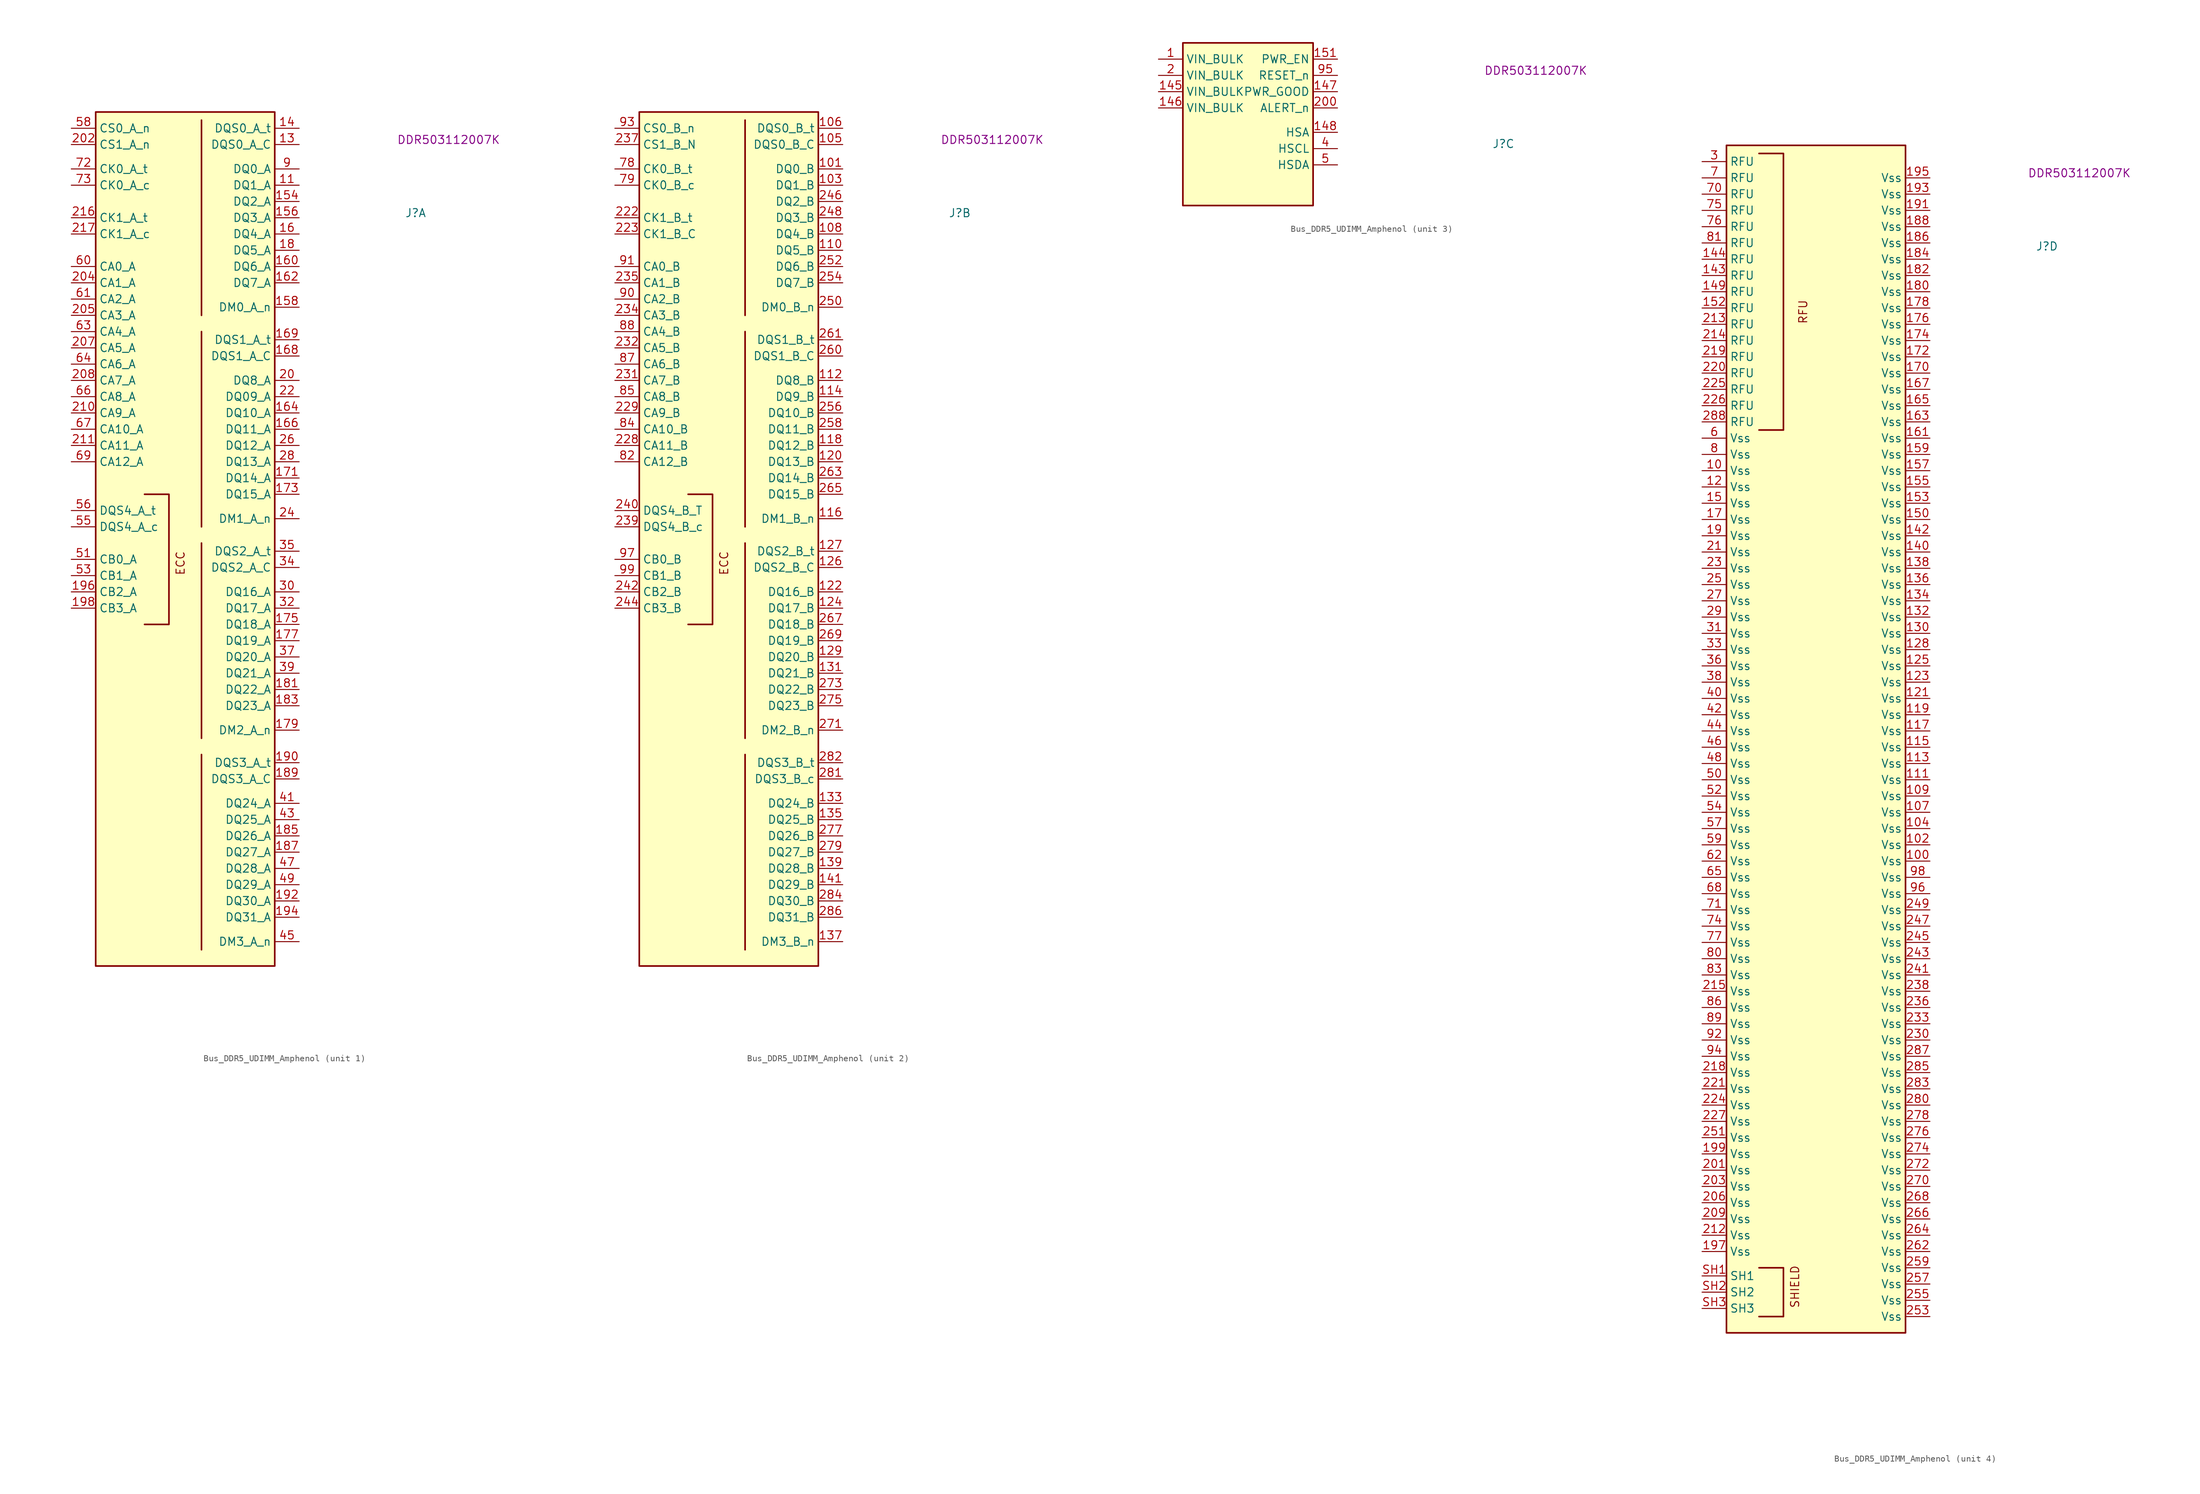
<source format=kicad_sym>
(kicad_symbol_lib
  (version 20220914)
  (generator kicad_symbol_editor)
  (symbol "Bus_DDR5_UDIMM_Amphenol"
    (property "Reference" "J"
      (at 52.07 -13.97 0)
      (effects (font (size 1.27 1.27) (thickness 0.15)) (justify left bottom)))
    (property "MPN" "DDR503112007K"
      (at 50.8 -2.54 0)
      (effects (font (size 1.27 1.27) (thickness 0.15)) (justify left bottom)))
    (property "ki_locked" ""
      (at 0 0 0)
      (effects (font (size 1.27 1.27))))
    (symbol "Bus_DDR5_UDIMM_Amphenol_1_1"
      (polyline (pts (xy 20.32 -97.79) (xy 20.32 -128.27)) (stroke (width 0.254) (type default)) (fill (type background)))
      (polyline (pts (xy 20.32 -64.77) (xy 20.32 -95.25)) (stroke (width 0.254) (type default)) (fill (type background)))
      (polyline (pts (xy 20.32 -31.75) (xy 20.32 -62.23)) (stroke (width 0.254) (type default)) (fill (type background)))
      (polyline (pts (xy 20.32 1.27) (xy 20.32 -29.21)) (stroke (width 0.254) (type default)) (fill (type background)))
      (polyline (pts (xy 11.43 -57.15) (xy 15.24 -57.15) (xy 15.24 -77.47) (xy 11.43 -77.47)) (stroke (width 0.254) (type default)) (fill (type background)))
      (rectangle (start 3.81 2.54) (end 31.75 -130.81) (stroke (width 0.254) (type default)) (fill (type background)))
      (text "ECC" (at 17.78 -69.85 900) (effects (font (size 1.27 1.27) (thickness 0.15)) (justify left bottom)))
      (pin passive line (at 35.56 -8.89 180) (length 3.81) (name "DQ1_A" (effects (font (size 1.27 1.27)))) (number "11" (effects (font (size 1.27 1.27)))))
      (pin passive line (at 35.56 -2.54 180) (length 3.81) (name "DQS0_A_C" (effects (font (size 1.27 1.27)))) (number "13" (effects (font (size 1.27 1.27)))))
      (pin passive line (at 35.56 0 180) (length 3.81) (name "DQS0_A_t" (effects (font (size 1.27 1.27)))) (number "14" (effects (font (size 1.27 1.27)))))
      (pin passive line (at 35.56 -11.43 180) (length 3.81) (name "DQ2_A" (effects (font (size 1.27 1.27)))) (number "154" (effects (font (size 1.27 1.27)))))
      (pin passive line (at 35.56 -13.97 180) (length 3.81) (name "DQ3_A" (effects (font (size 1.27 1.27)))) (number "156" (effects (font (size 1.27 1.27)))))
      (pin passive line (at 35.56 -27.94 180) (length 3.81) (name "DM0_A_n" (effects (font (size 1.27 1.27)))) (number "158" (effects (font (size 1.27 1.27)))))
      (pin passive line (at 35.56 -16.51 180) (length 3.81) (name "DQ4_A" (effects (font (size 1.27 1.27)))) (number "16" (effects (font (size 1.27 1.27)))))
      (pin passive line (at 35.56 -21.59 180) (length 3.81) (name "DQ6_A" (effects (font (size 1.27 1.27)))) (number "160" (effects (font (size 1.27 1.27)))))
      (pin passive line (at 35.56 -24.13 180) (length 3.81) (name "DQ7_A" (effects (font (size 1.27 1.27)))) (number "162" (effects (font (size 1.27 1.27)))))
      (pin passive line (at 35.56 -44.45 180) (length 3.81) (name "DQ10_A" (effects (font (size 1.27 1.27)))) (number "164" (effects (font (size 1.27 1.27)))))
      (pin passive line (at 35.56 -46.99 180) (length 3.81) (name "DQ11_A" (effects (font (size 1.27 1.27)))) (number "166" (effects (font (size 1.27 1.27)))))
      (pin passive line (at 35.56 -35.56 180) (length 3.81) (name "DQS1_A_C" (effects (font (size 1.27 1.27)))) (number "168" (effects (font (size 1.27 1.27)))))
      (pin passive line (at 35.56 -33.02 180) (length 3.81) (name "DQS1_A_t" (effects (font (size 1.27 1.27)))) (number "169" (effects (font (size 1.27 1.27)))))
      (pin passive line (at 35.56 -54.61 180) (length 3.81) (name "DQ14_A" (effects (font (size 1.27 1.27)))) (number "171" (effects (font (size 1.27 1.27)))))
      (pin passive line (at 35.56 -57.15 180) (length 3.81) (name "DQ15_A" (effects (font (size 1.27 1.27)))) (number "173" (effects (font (size 1.27 1.27)))))
      (pin passive line (at 35.56 -77.47 180) (length 3.81) (name "DQ18_A" (effects (font (size 1.27 1.27)))) (number "175" (effects (font (size 1.27 1.27)))))
      (pin passive line (at 35.56 -80.01 180) (length 3.81) (name "DQ19_A" (effects (font (size 1.27 1.27)))) (number "177" (effects (font (size 1.27 1.27)))))
      (pin passive line (at 35.56 -93.98 180) (length 3.81) (name "DM2_A_n" (effects (font (size 1.27 1.27)))) (number "179" (effects (font (size 1.27 1.27)))))
      (pin passive line (at 35.56 -19.05 180) (length 3.81) (name "DQ5_A" (effects (font (size 1.27 1.27)))) (number "18" (effects (font (size 1.27 1.27)))))
      (pin passive line (at 35.56 -87.63 180) (length 3.81) (name "DQ22_A" (effects (font (size 1.27 1.27)))) (number "181" (effects (font (size 1.27 1.27)))))
      (pin passive line (at 35.56 -90.17 180) (length 3.81) (name "DQ23_A" (effects (font (size 1.27 1.27)))) (number "183" (effects (font (size 1.27 1.27)))))
      (pin passive line (at 35.56 -110.49 180) (length 3.81) (name "DQ26_A" (effects (font (size 1.27 1.27)))) (number "185" (effects (font (size 1.27 1.27)))))
      (pin passive line (at 35.56 -113.03 180) (length 3.81) (name "DQ27_A" (effects (font (size 1.27 1.27)))) (number "187" (effects (font (size 1.27 1.27)))))
      (pin passive line (at 35.56 -101.6 180) (length 3.81) (name "DQS3_A_C" (effects (font (size 1.27 1.27)))) (number "189" (effects (font (size 1.27 1.27)))))
      (pin passive line (at 35.56 -99.06 180) (length 3.81) (name "DQS3_A_t" (effects (font (size 1.27 1.27)))) (number "190" (effects (font (size 1.27 1.27)))))
      (pin passive line (at 35.56 -120.65 180) (length 3.81) (name "DQ30_A" (effects (font (size 1.27 1.27)))) (number "192" (effects (font (size 1.27 1.27)))))
      (pin passive line (at 35.56 -123.19 180) (length 3.81) (name "DQ31_A" (effects (font (size 1.27 1.27)))) (number "194" (effects (font (size 1.27 1.27)))))
      (pin passive line (at 0 -72.39 0) (length 3.81) (name "CB2_A" (effects (font (size 1.27 1.27)))) (number "196" (effects (font (size 1.27 1.27)))))
      (pin passive line (at 0 -74.93 0) (length 3.81) (name "CB3_A" (effects (font (size 1.27 1.27)))) (number "198" (effects (font (size 1.27 1.27)))))
      (pin passive line (at 35.56 -39.37 180) (length 3.81) (name "DQ8_A" (effects (font (size 1.27 1.27)))) (number "20" (effects (font (size 1.27 1.27)))))
      (pin passive line (at 0 -2.54 0) (length 3.81) (name "CS1_A_n" (effects (font (size 1.27 1.27)))) (number "202" (effects (font (size 1.27 1.27)))))
      (pin passive line (at 0 -24.13 0) (length 3.81) (name "CA1_A" (effects (font (size 1.27 1.27)))) (number "204" (effects (font (size 1.27 1.27)))))
      (pin passive line (at 0 -29.21 0) (length 3.81) (name "CA3_A" (effects (font (size 1.27 1.27)))) (number "205" (effects (font (size 1.27 1.27)))))
      (pin passive line (at 0 -34.29 0) (length 3.81) (name "CA5_A" (effects (font (size 1.27 1.27)))) (number "207" (effects (font (size 1.27 1.27)))))
      (pin passive line (at 0 -39.37 0) (length 3.81) (name "CA7_A" (effects (font (size 1.27 1.27)))) (number "208" (effects (font (size 1.27 1.27)))))
      (pin passive line (at 0 -44.45 0) (length 3.81) (name "CA9_A" (effects (font (size 1.27 1.27)))) (number "210" (effects (font (size 1.27 1.27)))))
      (pin passive line (at 0 -49.53 0) (length 3.81) (name "CA11_A" (effects (font (size 1.27 1.27)))) (number "211" (effects (font (size 1.27 1.27)))))
      (pin passive line (at 0 -13.97 0) (length 3.81) (name "CK1_A_t" (effects (font (size 1.27 1.27)))) (number "216" (effects (font (size 1.27 1.27)))))
      (pin passive line (at 0 -16.51 0) (length 3.81) (name "CK1_A_c" (effects (font (size 1.27 1.27)))) (number "217" (effects (font (size 1.27 1.27)))))
      (pin passive line (at 35.56 -41.91 180) (length 3.81) (name "DQ09_A" (effects (font (size 1.27 1.27)))) (number "22" (effects (font (size 1.27 1.27)))))
      (pin passive line (at 35.56 -60.96 180) (length 3.81) (name "DM1_A_n" (effects (font (size 1.27 1.27)))) (number "24" (effects (font (size 1.27 1.27)))))
      (pin passive line (at 35.56 -49.53 180) (length 3.81) (name "DQ12_A" (effects (font (size 1.27 1.27)))) (number "26" (effects (font (size 1.27 1.27)))))
      (pin passive line (at 35.56 -52.07 180) (length 3.81) (name "DQ13_A" (effects (font (size 1.27 1.27)))) (number "28" (effects (font (size 1.27 1.27)))))
      (pin passive line (at 35.56 -72.39 180) (length 3.81) (name "DQ16_A" (effects (font (size 1.27 1.27)))) (number "30" (effects (font (size 1.27 1.27)))))
      (pin passive line (at 35.56 -74.93 180) (length 3.81) (name "DQ17_A" (effects (font (size 1.27 1.27)))) (number "32" (effects (font (size 1.27 1.27)))))
      (pin passive line (at 35.56 -68.58 180) (length 3.81) (name "DQS2_A_C" (effects (font (size 1.27 1.27)))) (number "34" (effects (font (size 1.27 1.27)))))
      (pin passive line (at 35.56 -66.04 180) (length 3.81) (name "DQS2_A_t" (effects (font (size 1.27 1.27)))) (number "35" (effects (font (size 1.27 1.27)))))
      (pin passive line (at 35.56 -82.55 180) (length 3.81) (name "DQ20_A" (effects (font (size 1.27 1.27)))) (number "37" (effects (font (size 1.27 1.27)))))
      (pin passive line (at 35.56 -85.09 180) (length 3.81) (name "DQ21_A" (effects (font (size 1.27 1.27)))) (number "39" (effects (font (size 1.27 1.27)))))
      (pin passive line (at 35.56 -105.41 180) (length 3.81) (name "DQ24_A" (effects (font (size 1.27 1.27)))) (number "41" (effects (font (size 1.27 1.27)))))
      (pin passive line (at 35.56 -107.95 180) (length 3.81) (name "DQ25_A" (effects (font (size 1.27 1.27)))) (number "43" (effects (font (size 1.27 1.27)))))
      (pin passive line (at 35.56 -127 180) (length 3.81) (name "DM3_A_n" (effects (font (size 1.27 1.27)))) (number "45" (effects (font (size 1.27 1.27)))))
      (pin passive line (at 35.56 -115.57 180) (length 3.81) (name "DQ28_A" (effects (font (size 1.27 1.27)))) (number "47" (effects (font (size 1.27 1.27)))))
      (pin passive line (at 35.56 -118.11 180) (length 3.81) (name "DQ29_A" (effects (font (size 1.27 1.27)))) (number "49" (effects (font (size 1.27 1.27)))))
      (pin passive line (at 0 -67.31 0) (length 3.81) (name "CB0_A" (effects (font (size 1.27 1.27)))) (number "51" (effects (font (size 1.27 1.27)))))
      (pin passive line (at 0 -69.85 0) (length 3.81) (name "CB1_A" (effects (font (size 1.27 1.27)))) (number "53" (effects (font (size 1.27 1.27)))))
      (pin passive line (at 0 -62.23 0) (length 3.81) (name "DQS4_A_c" (effects (font (size 1.27 1.27)))) (number "55" (effects (font (size 1.27 1.27)))))
      (pin passive line (at 0 -59.69 0) (length 3.81) (name "DQS4_A_t" (effects (font (size 1.27 1.27)))) (number "56" (effects (font (size 1.27 1.27)))))
      (pin passive line (at 0 0 0) (length 3.81) (name "CS0_A_n" (effects (font (size 1.27 1.27)))) (number "58" (effects (font (size 1.27 1.27)))))
      (pin passive line (at 0 -21.59 0) (length 3.81) (name "CA0_A" (effects (font (size 1.27 1.27)))) (number "60" (effects (font (size 1.27 1.27)))))
      (pin passive line (at 0 -26.67 0) (length 3.81) (name "CA2_A" (effects (font (size 1.27 1.27)))) (number "61" (effects (font (size 1.27 1.27)))))
      (pin passive line (at 0 -31.75 0) (length 3.81) (name "CA4_A" (effects (font (size 1.27 1.27)))) (number "63" (effects (font (size 1.27 1.27)))))
      (pin passive line (at 0 -36.83 0) (length 3.81) (name "CA6_A" (effects (font (size 1.27 1.27)))) (number "64" (effects (font (size 1.27 1.27)))))
      (pin passive line (at 0 -41.91 0) (length 3.81) (name "CA8_A" (effects (font (size 1.27 1.27)))) (number "66" (effects (font (size 1.27 1.27)))))
      (pin passive line (at 0 -46.99 0) (length 3.81) (name "CA10_A" (effects (font (size 1.27 1.27)))) (number "67" (effects (font (size 1.27 1.27)))))
      (pin passive line (at 0 -52.07 0) (length 3.81) (name "CA12_A" (effects (font (size 1.27 1.27)))) (number "69" (effects (font (size 1.27 1.27)))))
      (pin passive line (at 0 -6.35 0) (length 3.81) (name "CK0_A_t" (effects (font (size 1.27 1.27)))) (number "72" (effects (font (size 1.27 1.27)))))
      (pin passive line (at 0 -8.89 0) (length 3.81) (name "CK0_A_c" (effects (font (size 1.27 1.27)))) (number "73" (effects (font (size 1.27 1.27)))))
      (pin passive line (at 35.56 -6.35 180) (length 3.81) (name "DQ0_A" (effects (font (size 1.27 1.27)))) (number "9" (effects (font (size 1.27 1.27))))))
    (symbol "Bus_DDR5_UDIMM_Amphenol_2_1"
      (polyline (pts (xy 20.32 -97.79) (xy 20.32 -128.27)) (stroke (width 0.254) (type default)) (fill (type background)))
      (polyline (pts (xy 20.32 -64.77) (xy 20.32 -95.25)) (stroke (width 0.254) (type default)) (fill (type background)))
      (polyline (pts (xy 20.32 -31.75) (xy 20.32 -62.23)) (stroke (width 0.254) (type default)) (fill (type background)))
      (polyline (pts (xy 20.32 1.27) (xy 20.32 -29.21)) (stroke (width 0.254) (type default)) (fill (type background)))
      (polyline (pts (xy 11.43 -57.15) (xy 15.24 -57.15) (xy 15.24 -77.47) (xy 11.43 -77.47)) (stroke (width 0.254) (type default)) (fill (type background)))
      (rectangle (start 3.81 2.54) (end 31.75 -130.81) (stroke (width 0.254) (type default)) (fill (type background)))
      (text "ECC" (at 17.78 -69.85 900) (effects (font (size 1.27 1.27) (thickness 0.15)) (justify left bottom)))
      (pin passive line (at 35.56 -6.35 180) (length 3.81) (name "DQ0_B" (effects (font (size 1.27 1.27)))) (number "101" (effects (font (size 1.27 1.27)))))
      (pin passive line (at 35.56 -8.89 180) (length 3.81) (name "DQ1_B" (effects (font (size 1.27 1.27)))) (number "103" (effects (font (size 1.27 1.27)))))
      (pin passive line (at 35.56 -2.54 180) (length 3.81) (name "DQS0_B_C" (effects (font (size 1.27 1.27)))) (number "105" (effects (font (size 1.27 1.27)))))
      (pin passive line (at 35.56 0 180) (length 3.81) (name "DQS0_B_t" (effects (font (size 1.27 1.27)))) (number "106" (effects (font (size 1.27 1.27)))))
      (pin passive line (at 35.56 -16.51 180) (length 3.81) (name "DQ4_B" (effects (font (size 1.27 1.27)))) (number "108" (effects (font (size 1.27 1.27)))))
      (pin passive line (at 35.56 -19.05 180) (length 3.81) (name "DQ5_B" (effects (font (size 1.27 1.27)))) (number "110" (effects (font (size 1.27 1.27)))))
      (pin passive line (at 35.56 -39.37 180) (length 3.81) (name "DQ8_B" (effects (font (size 1.27 1.27)))) (number "112" (effects (font (size 1.27 1.27)))))
      (pin passive line (at 35.56 -41.91 180) (length 3.81) (name "DQ9_B" (effects (font (size 1.27 1.27)))) (number "114" (effects (font (size 1.27 1.27)))))
      (pin passive line (at 35.56 -60.96 180) (length 3.81) (name "DM1_B_n" (effects (font (size 1.27 1.27)))) (number "116" (effects (font (size 1.27 1.27)))))
      (pin passive line (at 35.56 -49.53 180) (length 3.81) (name "DQ12_B" (effects (font (size 1.27 1.27)))) (number "118" (effects (font (size 1.27 1.27)))))
      (pin passive line (at 35.56 -52.07 180) (length 3.81) (name "DQ13_B" (effects (font (size 1.27 1.27)))) (number "120" (effects (font (size 1.27 1.27)))))
      (pin passive line (at 35.56 -72.39 180) (length 3.81) (name "DQ16_B" (effects (font (size 1.27 1.27)))) (number "122" (effects (font (size 1.27 1.27)))))
      (pin passive line (at 35.56 -74.93 180) (length 3.81) (name "DQ17_B" (effects (font (size 1.27 1.27)))) (number "124" (effects (font (size 1.27 1.27)))))
      (pin passive line (at 35.56 -68.58 180) (length 3.81) (name "DQS2_B_C" (effects (font (size 1.27 1.27)))) (number "126" (effects (font (size 1.27 1.27)))))
      (pin passive line (at 35.56 -66.04 180) (length 3.81) (name "DQS2_B_t" (effects (font (size 1.27 1.27)))) (number "127" (effects (font (size 1.27 1.27)))))
      (pin passive line (at 35.56 -82.55 180) (length 3.81) (name "DQ20_B" (effects (font (size 1.27 1.27)))) (number "129" (effects (font (size 1.27 1.27)))))
      (pin passive line (at 35.56 -85.09 180) (length 3.81) (name "DQ21_B" (effects (font (size 1.27 1.27)))) (number "131" (effects (font (size 1.27 1.27)))))
      (pin passive line (at 35.56 -105.41 180) (length 3.81) (name "DQ24_B" (effects (font (size 1.27 1.27)))) (number "133" (effects (font (size 1.27 1.27)))))
      (pin passive line (at 35.56 -107.95 180) (length 3.81) (name "DQ25_B" (effects (font (size 1.27 1.27)))) (number "135" (effects (font (size 1.27 1.27)))))
      (pin passive line (at 35.56 -127 180) (length 3.81) (name "DM3_B_n" (effects (font (size 1.27 1.27)))) (number "137" (effects (font (size 1.27 1.27)))))
      (pin passive line (at 35.56 -115.57 180) (length 3.81) (name "DQ28_B" (effects (font (size 1.27 1.27)))) (number "139" (effects (font (size 1.27 1.27)))))
      (pin passive line (at 35.56 -118.11 180) (length 3.81) (name "DQ29_B" (effects (font (size 1.27 1.27)))) (number "141" (effects (font (size 1.27 1.27)))))
      (pin passive line (at 0 -13.97 0) (length 3.81) (name "CK1_B_t" (effects (font (size 1.27 1.27)))) (number "222" (effects (font (size 1.27 1.27)))))
      (pin passive line (at 0 -16.51 0) (length 3.81) (name "CK1_B_C" (effects (font (size 1.27 1.27)))) (number "223" (effects (font (size 1.27 1.27)))))
      (pin passive line (at 0 -49.53 0) (length 3.81) (name "CA11_B" (effects (font (size 1.27 1.27)))) (number "228" (effects (font (size 1.27 1.27)))))
      (pin passive line (at 0 -44.45 0) (length 3.81) (name "CA9_B" (effects (font (size 1.27 1.27)))) (number "229" (effects (font (size 1.27 1.27)))))
      (pin passive line (at 0 -39.37 0) (length 3.81) (name "CA7_B" (effects (font (size 1.27 1.27)))) (number "231" (effects (font (size 1.27 1.27)))))
      (pin passive line (at 0 -34.29 0) (length 3.81) (name "CA5_B" (effects (font (size 1.27 1.27)))) (number "232" (effects (font (size 1.27 1.27)))))
      (pin passive line (at 0 -29.21 0) (length 3.81) (name "CA3_B" (effects (font (size 1.27 1.27)))) (number "234" (effects (font (size 1.27 1.27)))))
      (pin passive line (at 0 -24.13 0) (length 3.81) (name "CA1_B" (effects (font (size 1.27 1.27)))) (number "235" (effects (font (size 1.27 1.27)))))
      (pin passive line (at 0 -2.54 0) (length 3.81) (name "CS1_B_N" (effects (font (size 1.27 1.27)))) (number "237" (effects (font (size 1.27 1.27)))))
      (pin passive line (at 0 -62.23 0) (length 3.81) (name "DQS4_B_c" (effects (font (size 1.27 1.27)))) (number "239" (effects (font (size 1.27 1.27)))))
      (pin passive line (at 0 -59.69 0) (length 3.81) (name "DQS4_B_T" (effects (font (size 1.27 1.27)))) (number "240" (effects (font (size 1.27 1.27)))))
      (pin passive line (at 0 -72.39 0) (length 3.81) (name "CB2_B" (effects (font (size 1.27 1.27)))) (number "242" (effects (font (size 1.27 1.27)))))
      (pin passive line (at 0 -74.93 0) (length 3.81) (name "CB3_B" (effects (font (size 1.27 1.27)))) (number "244" (effects (font (size 1.27 1.27)))))
      (pin passive line (at 35.56 -11.43 180) (length 3.81) (name "DQ2_B" (effects (font (size 1.27 1.27)))) (number "246" (effects (font (size 1.27 1.27)))))
      (pin passive line (at 35.56 -13.97 180) (length 3.81) (name "DQ3_B" (effects (font (size 1.27 1.27)))) (number "248" (effects (font (size 1.27 1.27)))))
      (pin passive line (at 35.56 -27.94 180) (length 3.81) (name "DM0_B_n" (effects (font (size 1.27 1.27)))) (number "250" (effects (font (size 1.27 1.27)))))
      (pin passive line (at 35.56 -21.59 180) (length 3.81) (name "DQ6_B" (effects (font (size 1.27 1.27)))) (number "252" (effects (font (size 1.27 1.27)))))
      (pin passive line (at 35.56 -24.13 180) (length 3.81) (name "DQ7_B" (effects (font (size 1.27 1.27)))) (number "254" (effects (font (size 1.27 1.27)))))
      (pin passive line (at 35.56 -44.45 180) (length 3.81) (name "DQ10_B" (effects (font (size 1.27 1.27)))) (number "256" (effects (font (size 1.27 1.27)))))
      (pin passive line (at 35.56 -46.99 180) (length 3.81) (name "DQ11_B" (effects (font (size 1.27 1.27)))) (number "258" (effects (font (size 1.27 1.27)))))
      (pin passive line (at 35.56 -35.56 180) (length 3.81) (name "DQS1_B_C" (effects (font (size 1.27 1.27)))) (number "260" (effects (font (size 1.27 1.27)))))
      (pin passive line (at 35.56 -33.02 180) (length 3.81) (name "DQS1_B_t" (effects (font (size 1.27 1.27)))) (number "261" (effects (font (size 1.27 1.27)))))
      (pin passive line (at 35.56 -54.61 180) (length 3.81) (name "DQ14_B" (effects (font (size 1.27 1.27)))) (number "263" (effects (font (size 1.27 1.27)))))
      (pin passive line (at 35.56 -57.15 180) (length 3.81) (name "DQ15_B" (effects (font (size 1.27 1.27)))) (number "265" (effects (font (size 1.27 1.27)))))
      (pin passive line (at 35.56 -77.47 180) (length 3.81) (name "DQ18_B" (effects (font (size 1.27 1.27)))) (number "267" (effects (font (size 1.27 1.27)))))
      (pin passive line (at 35.56 -80.01 180) (length 3.81) (name "DQ19_B" (effects (font (size 1.27 1.27)))) (number "269" (effects (font (size 1.27 1.27)))))
      (pin passive line (at 35.56 -93.98 180) (length 3.81) (name "DM2_B_n" (effects (font (size 1.27 1.27)))) (number "271" (effects (font (size 1.27 1.27)))))
      (pin passive line (at 35.56 -87.63 180) (length 3.81) (name "DQ22_B" (effects (font (size 1.27 1.27)))) (number "273" (effects (font (size 1.27 1.27)))))
      (pin passive line (at 35.56 -90.17 180) (length 3.81) (name "DQ23_B" (effects (font (size 1.27 1.27)))) (number "275" (effects (font (size 1.27 1.27)))))
      (pin passive line (at 35.56 -110.49 180) (length 3.81) (name "DQ26_B" (effects (font (size 1.27 1.27)))) (number "277" (effects (font (size 1.27 1.27)))))
      (pin passive line (at 35.56 -113.03 180) (length 3.81) (name "DQ27_B" (effects (font (size 1.27 1.27)))) (number "279" (effects (font (size 1.27 1.27)))))
      (pin passive line (at 35.56 -101.6 180) (length 3.81) (name "DQS3_B_c" (effects (font (size 1.27 1.27)))) (number "281" (effects (font (size 1.27 1.27)))))
      (pin passive line (at 35.56 -99.06 180) (length 3.81) (name "DQS3_B_t" (effects (font (size 1.27 1.27)))) (number "282" (effects (font (size 1.27 1.27)))))
      (pin passive line (at 35.56 -120.65 180) (length 3.81) (name "DQ30_B" (effects (font (size 1.27 1.27)))) (number "284" (effects (font (size 1.27 1.27)))))
      (pin passive line (at 35.56 -123.19 180) (length 3.81) (name "DQ31_B" (effects (font (size 1.27 1.27)))) (number "286" (effects (font (size 1.27 1.27)))))
      (pin passive line (at 0 -6.35 0) (length 3.81) (name "CK0_B_t" (effects (font (size 1.27 1.27)))) (number "78" (effects (font (size 1.27 1.27)))))
      (pin passive line (at 0 -8.89 0) (length 3.81) (name "CK0_B_c" (effects (font (size 1.27 1.27)))) (number "79" (effects (font (size 1.27 1.27)))))
      (pin passive line (at 0 -52.07 0) (length 3.81) (name "CA12_B" (effects (font (size 1.27 1.27)))) (number "82" (effects (font (size 1.27 1.27)))))
      (pin passive line (at 0 -46.99 0) (length 3.81) (name "CA10_B" (effects (font (size 1.27 1.27)))) (number "84" (effects (font (size 1.27 1.27)))))
      (pin passive line (at 0 -41.91 0) (length 3.81) (name "CA8_B" (effects (font (size 1.27 1.27)))) (number "85" (effects (font (size 1.27 1.27)))))
      (pin passive line (at 0 -36.83 0) (length 3.81) (name "CA6_B" (effects (font (size 1.27 1.27)))) (number "87" (effects (font (size 1.27 1.27)))))
      (pin passive line (at 0 -31.75 0) (length 3.81) (name "CA4_B" (effects (font (size 1.27 1.27)))) (number "88" (effects (font (size 1.27 1.27)))))
      (pin passive line (at 0 -26.67 0) (length 3.81) (name "CA2_B" (effects (font (size 1.27 1.27)))) (number "90" (effects (font (size 1.27 1.27)))))
      (pin passive line (at 0 -21.59 0) (length 3.81) (name "CA0_B" (effects (font (size 1.27 1.27)))) (number "91" (effects (font (size 1.27 1.27)))))
      (pin passive line (at 0 0 0) (length 3.81) (name "CS0_B_n" (effects (font (size 1.27 1.27)))) (number "93" (effects (font (size 1.27 1.27)))))
      (pin passive line (at 0 -67.31 0) (length 3.81) (name "CB0_B" (effects (font (size 1.27 1.27)))) (number "97" (effects (font (size 1.27 1.27)))))
      (pin passive line (at 0 -69.85 0) (length 3.81) (name "CB1_B" (effects (font (size 1.27 1.27)))) (number "99" (effects (font (size 1.27 1.27))))))
    (symbol "Bus_DDR5_UDIMM_Amphenol_3_0"
      (pin passive line (at 0 -5.08 0) (length 3.81) (name "VIN_BULK" (effects (font (size 1.27 1.27)))) (number "145" (effects (font (size 1.27 1.27)))))
      (pin passive line (at 0 -7.62 0) (length 3.81) (name "VIN_BULK" (effects (font (size 1.27 1.27)))) (number "146" (effects (font (size 1.27 1.27)))))
      (pin passive line (at 0 -2.54 0) (length 3.81) (name "VIN_BULK" (effects (font (size 1.27 1.27)))) (number "2" (effects (font (size 1.27 1.27))))))
    (symbol "Bus_DDR5_UDIMM_Amphenol_3_1"
      (rectangle (start 3.81 2.54) (end 24.13 -22.86) (stroke (width 0.254) (type default)) (fill (type background)))
      (pin passive line (at 0 0 0) (length 3.81) (name "VIN_BULK" (effects (font (size 1.27 1.27)))) (number "1" (effects (font (size 1.27 1.27)))))
      (pin passive line (at 27.94 -5.08 180) (length 3.81) (name "PWR_GOOD" (effects (font (size 1.27 1.27)))) (number "147" (effects (font (size 1.27 1.27)))))
      (pin passive line (at 27.94 -11.43 180) (length 3.81) (name "HSA" (effects (font (size 1.27 1.27)))) (number "148" (effects (font (size 1.27 1.27)))))
      (pin passive line (at 27.94 0 180) (length 3.81) (name "PWR_EN" (effects (font (size 1.27 1.27)))) (number "151" (effects (font (size 1.27 1.27)))))
      (pin passive line (at 27.94 -7.62 180) (length 3.81) (name "ALERT_n" (effects (font (size 1.27 1.27)))) (number "200" (effects (font (size 1.27 1.27)))))
      (pin passive line (at 27.94 -13.97 180) (length 3.81) (name "HSCL" (effects (font (size 1.27 1.27)))) (number "4" (effects (font (size 1.27 1.27)))))
      (pin passive line (at 27.94 -16.51 180) (length 3.81) (name "HSDA" (effects (font (size 1.27 1.27)))) (number "5" (effects (font (size 1.27 1.27)))))
      (pin passive line (at 27.94 -2.54 180) (length 3.81) (name "RESET_n" (effects (font (size 1.27 1.27)))) (number "95" (effects (font (size 1.27 1.27))))))
    (symbol "Bus_DDR5_UDIMM_Amphenol_4_0"
      (pin passive line (at 0 -48.26 0) (length 3.81) (name "Vss" (effects (font (size 1.27 1.27)))) (number "10" (effects (font (size 1.27 1.27)))))
      (pin passive line (at 35.56 -109.22 180) (length 3.81) (name "Vss" (effects (font (size 1.27 1.27)))) (number "100" (effects (font (size 1.27 1.27)))))
      (pin passive line (at 35.56 -106.68 180) (length 3.81) (name "Vss" (effects (font (size 1.27 1.27)))) (number "102" (effects (font (size 1.27 1.27)))))
      (pin passive line (at 35.56 -104.14 180) (length 3.81) (name "Vss" (effects (font (size 1.27 1.27)))) (number "104" (effects (font (size 1.27 1.27)))))
      (pin passive line (at 35.56 -101.6 180) (length 3.81) (name "Vss" (effects (font (size 1.27 1.27)))) (number "107" (effects (font (size 1.27 1.27)))))
      (pin passive line (at 35.56 -99.06 180) (length 3.81) (name "Vss" (effects (font (size 1.27 1.27)))) (number "109" (effects (font (size 1.27 1.27)))))
      (pin passive line (at 35.56 -96.52 180) (length 3.81) (name "Vss" (effects (font (size 1.27 1.27)))) (number "111" (effects (font (size 1.27 1.27)))))
      (pin passive line (at 35.56 -93.98 180) (length 3.81) (name "Vss" (effects (font (size 1.27 1.27)))) (number "113" (effects (font (size 1.27 1.27)))))
      (pin passive line (at 35.56 -91.44 180) (length 3.81) (name "Vss" (effects (font (size 1.27 1.27)))) (number "115" (effects (font (size 1.27 1.27)))))
      (pin passive line (at 35.56 -88.9 180) (length 3.81) (name "Vss" (effects (font (size 1.27 1.27)))) (number "117" (effects (font (size 1.27 1.27)))))
      (pin passive line (at 35.56 -86.36 180) (length 3.81) (name "Vss" (effects (font (size 1.27 1.27)))) (number "119" (effects (font (size 1.27 1.27)))))
      (pin passive line (at 0 -50.8 0) (length 3.81) (name "Vss" (effects (font (size 1.27 1.27)))) (number "12" (effects (font (size 1.27 1.27)))))
      (pin passive line (at 35.56 -83.82 180) (length 3.81) (name "Vss" (effects (font (size 1.27 1.27)))) (number "121" (effects (font (size 1.27 1.27)))))
      (pin passive line (at 35.56 -81.28 180) (length 3.81) (name "Vss" (effects (font (size 1.27 1.27)))) (number "123" (effects (font (size 1.27 1.27)))))
      (pin passive line (at 35.56 -78.74 180) (length 3.81) (name "Vss" (effects (font (size 1.27 1.27)))) (number "125" (effects (font (size 1.27 1.27)))))
      (pin passive line (at 35.56 -76.2 180) (length 3.81) (name "Vss" (effects (font (size 1.27 1.27)))) (number "128" (effects (font (size 1.27 1.27)))))
      (pin passive line (at 35.56 -73.66 180) (length 3.81) (name "Vss" (effects (font (size 1.27 1.27)))) (number "130" (effects (font (size 1.27 1.27)))))
      (pin passive line (at 35.56 -71.12 180) (length 3.81) (name "Vss" (effects (font (size 1.27 1.27)))) (number "132" (effects (font (size 1.27 1.27)))))
      (pin passive line (at 35.56 -68.58 180) (length 3.81) (name "Vss" (effects (font (size 1.27 1.27)))) (number "134" (effects (font (size 1.27 1.27)))))
      (pin passive line (at 35.56 -66.04 180) (length 3.81) (name "Vss" (effects (font (size 1.27 1.27)))) (number "136" (effects (font (size 1.27 1.27)))))
      (pin passive line (at 35.56 -63.5 180) (length 3.81) (name "Vss" (effects (font (size 1.27 1.27)))) (number "138" (effects (font (size 1.27 1.27)))))
      (pin passive line (at 35.56 -60.96 180) (length 3.81) (name "Vss" (effects (font (size 1.27 1.27)))) (number "140" (effects (font (size 1.27 1.27)))))
      (pin passive line (at 35.56 -58.42 180) (length 3.81) (name "Vss" (effects (font (size 1.27 1.27)))) (number "142" (effects (font (size 1.27 1.27)))))
      (pin passive line (at 0 -17.78 0) (length 3.81) (name "RFU" (effects (font (size 1.27 1.27)))) (number "143" (effects (font (size 1.27 1.27)))))
      (pin passive line (at 0 -15.24 0) (length 3.81) (name "RFU" (effects (font (size 1.27 1.27)))) (number "144" (effects (font (size 1.27 1.27)))))
      (pin passive line (at 0 -20.32 0) (length 3.81) (name "RFU" (effects (font (size 1.27 1.27)))) (number "149" (effects (font (size 1.27 1.27)))))
      (pin passive line (at 0 -53.34 0) (length 3.81) (name "Vss" (effects (font (size 1.27 1.27)))) (number "15" (effects (font (size 1.27 1.27)))))
      (pin passive line (at 35.56 -55.88 180) (length 3.81) (name "Vss" (effects (font (size 1.27 1.27)))) (number "150" (effects (font (size 1.27 1.27)))))
      (pin passive line (at 0 -22.86 0) (length 3.81) (name "RFU" (effects (font (size 1.27 1.27)))) (number "152" (effects (font (size 1.27 1.27)))))
      (pin passive line (at 35.56 -53.34 180) (length 3.81) (name "Vss" (effects (font (size 1.27 1.27)))) (number "153" (effects (font (size 1.27 1.27)))))
      (pin passive line (at 35.56 -50.8 180) (length 3.81) (name "Vss" (effects (font (size 1.27 1.27)))) (number "155" (effects (font (size 1.27 1.27)))))
      (pin passive line (at 35.56 -48.26 180) (length 3.81) (name "Vss" (effects (font (size 1.27 1.27)))) (number "157" (effects (font (size 1.27 1.27)))))
      (pin passive line (at 35.56 -45.72 180) (length 3.81) (name "Vss" (effects (font (size 1.27 1.27)))) (number "159" (effects (font (size 1.27 1.27)))))
      (pin passive line (at 35.56 -43.18 180) (length 3.81) (name "Vss" (effects (font (size 1.27 1.27)))) (number "161" (effects (font (size 1.27 1.27)))))
      (pin passive line (at 35.56 -40.64 180) (length 3.81) (name "Vss" (effects (font (size 1.27 1.27)))) (number "163" (effects (font (size 1.27 1.27)))))
      (pin passive line (at 35.56 -38.1 180) (length 3.81) (name "Vss" (effects (font (size 1.27 1.27)))) (number "165" (effects (font (size 1.27 1.27)))))
      (pin passive line (at 35.56 -35.56 180) (length 3.81) (name "Vss" (effects (font (size 1.27 1.27)))) (number "167" (effects (font (size 1.27 1.27)))))
      (pin passive line (at 0 -55.88 0) (length 3.81) (name "Vss" (effects (font (size 1.27 1.27)))) (number "17" (effects (font (size 1.27 1.27)))))
      (pin passive line (at 35.56 -33.02 180) (length 3.81) (name "Vss" (effects (font (size 1.27 1.27)))) (number "170" (effects (font (size 1.27 1.27)))))
      (pin passive line (at 35.56 -30.48 180) (length 3.81) (name "Vss" (effects (font (size 1.27 1.27)))) (number "172" (effects (font (size 1.27 1.27)))))
      (pin passive line (at 35.56 -27.94 180) (length 3.81) (name "Vss" (effects (font (size 1.27 1.27)))) (number "174" (effects (font (size 1.27 1.27)))))
      (pin passive line (at 35.56 -25.4 180) (length 3.81) (name "Vss" (effects (font (size 1.27 1.27)))) (number "176" (effects (font (size 1.27 1.27)))))
      (pin passive line (at 35.56 -22.86 180) (length 3.81) (name "Vss" (effects (font (size 1.27 1.27)))) (number "178" (effects (font (size 1.27 1.27)))))
      (pin passive line (at 35.56 -20.32 180) (length 3.81) (name "Vss" (effects (font (size 1.27 1.27)))) (number "180" (effects (font (size 1.27 1.27)))))
      (pin passive line (at 35.56 -17.78 180) (length 3.81) (name "Vss" (effects (font (size 1.27 1.27)))) (number "182" (effects (font (size 1.27 1.27)))))
      (pin passive line (at 35.56 -15.24 180) (length 3.81) (name "Vss" (effects (font (size 1.27 1.27)))) (number "184" (effects (font (size 1.27 1.27)))))
      (pin passive line (at 35.56 -12.7 180) (length 3.81) (name "Vss" (effects (font (size 1.27 1.27)))) (number "186" (effects (font (size 1.27 1.27)))))
      (pin passive line (at 35.56 -10.16 180) (length 3.81) (name "Vss" (effects (font (size 1.27 1.27)))) (number "188" (effects (font (size 1.27 1.27)))))
      (pin passive line (at 0 -58.42 0) (length 3.81) (name "Vss" (effects (font (size 1.27 1.27)))) (number "19" (effects (font (size 1.27 1.27)))))
      (pin passive line (at 35.56 -7.62 180) (length 3.81) (name "Vss" (effects (font (size 1.27 1.27)))) (number "191" (effects (font (size 1.27 1.27)))))
      (pin passive line (at 35.56 -5.08 180) (length 3.81) (name "Vss" (effects (font (size 1.27 1.27)))) (number "193" (effects (font (size 1.27 1.27)))))
      (pin passive line (at 35.56 -2.54 180) (length 3.81) (name "Vss" (effects (font (size 1.27 1.27)))) (number "195" (effects (font (size 1.27 1.27)))))
      (pin passive line (at 0 -170.18 0) (length 3.81) (name "Vss" (effects (font (size 1.27 1.27)))) (number "197" (effects (font (size 1.27 1.27)))))
      (pin passive line (at 0 -154.94 0) (length 3.81) (name "Vss" (effects (font (size 1.27 1.27)))) (number "199" (effects (font (size 1.27 1.27)))))
      (pin passive line (at 0 -157.48 0) (length 3.81) (name "Vss" (effects (font (size 1.27 1.27)))) (number "201" (effects (font (size 1.27 1.27)))))
      (pin passive line (at 0 -160.02 0) (length 3.81) (name "Vss" (effects (font (size 1.27 1.27)))) (number "203" (effects (font (size 1.27 1.27)))))
      (pin passive line (at 0 -162.56 0) (length 3.81) (name "Vss" (effects (font (size 1.27 1.27)))) (number "206" (effects (font (size 1.27 1.27)))))
      (pin passive line (at 0 -165.1 0) (length 3.81) (name "Vss" (effects (font (size 1.27 1.27)))) (number "209" (effects (font (size 1.27 1.27)))))
      (pin passive line (at 0 -60.96 0) (length 3.81) (name "Vss" (effects (font (size 1.27 1.27)))) (number "21" (effects (font (size 1.27 1.27)))))
      (pin passive line (at 0 -167.64 0) (length 3.81) (name "Vss" (effects (font (size 1.27 1.27)))) (number "212" (effects (font (size 1.27 1.27)))))
      (pin passive line (at 0 -25.4 0) (length 3.81) (name "RFU" (effects (font (size 1.27 1.27)))) (number "213" (effects (font (size 1.27 1.27)))))
      (pin passive line (at 0 -27.94 0) (length 3.81) (name "RFU" (effects (font (size 1.27 1.27)))) (number "214" (effects (font (size 1.27 1.27)))))
      (pin passive line (at 0 -129.54 0) (length 3.81) (name "Vss" (effects (font (size 1.27 1.27)))) (number "215" (effects (font (size 1.27 1.27)))))
      (pin passive line (at 0 -142.24 0) (length 3.81) (name "Vss" (effects (font (size 1.27 1.27)))) (number "218" (effects (font (size 1.27 1.27)))))
      (pin passive line (at 0 -30.48 0) (length 3.81) (name "RFU" (effects (font (size 1.27 1.27)))) (number "219" (effects (font (size 1.27 1.27)))))
      (pin passive line (at 0 -33.02 0) (length 3.81) (name "RFU" (effects (font (size 1.27 1.27)))) (number "220" (effects (font (size 1.27 1.27)))))
      (pin passive line (at 0 -144.78 0) (length 3.81) (name "Vss" (effects (font (size 1.27 1.27)))) (number "221" (effects (font (size 1.27 1.27)))))
      (pin passive line (at 0 -147.32 0) (length 3.81) (name "Vss" (effects (font (size 1.27 1.27)))) (number "224" (effects (font (size 1.27 1.27)))))
      (pin passive line (at 0 -35.56 0) (length 3.81) (name "RFU" (effects (font (size 1.27 1.27)))) (number "225" (effects (font (size 1.27 1.27)))))
      (pin passive line (at 0 -38.1 0) (length 3.81) (name "RFU" (effects (font (size 1.27 1.27)))) (number "226" (effects (font (size 1.27 1.27)))))
      (pin passive line (at 0 -149.86 0) (length 3.81) (name "Vss" (effects (font (size 1.27 1.27)))) (number "227" (effects (font (size 1.27 1.27)))))
      (pin passive line (at 0 -63.5 0) (length 3.81) (name "Vss" (effects (font (size 1.27 1.27)))) (number "23" (effects (font (size 1.27 1.27)))))
      (pin passive line (at 35.56 -137.16 180) (length 3.81) (name "Vss" (effects (font (size 1.27 1.27)))) (number "230" (effects (font (size 1.27 1.27)))))
      (pin passive line (at 35.56 -134.62 180) (length 3.81) (name "Vss" (effects (font (size 1.27 1.27)))) (number "233" (effects (font (size 1.27 1.27)))))
      (pin passive line (at 35.56 -132.08 180) (length 3.81) (name "Vss" (effects (font (size 1.27 1.27)))) (number "236" (effects (font (size 1.27 1.27)))))
      (pin passive line (at 35.56 -129.54 180) (length 3.81) (name "Vss" (effects (font (size 1.27 1.27)))) (number "238" (effects (font (size 1.27 1.27)))))
      (pin passive line (at 35.56 -127 180) (length 3.81) (name "Vss" (effects (font (size 1.27 1.27)))) (number "241" (effects (font (size 1.27 1.27)))))
      (pin passive line (at 35.56 -124.46 180) (length 3.81) (name "Vss" (effects (font (size 1.27 1.27)))) (number "243" (effects (font (size 1.27 1.27)))))
      (pin passive line (at 35.56 -121.92 180) (length 3.81) (name "Vss" (effects (font (size 1.27 1.27)))) (number "245" (effects (font (size 1.27 1.27)))))
      (pin passive line (at 35.56 -119.38 180) (length 3.81) (name "Vss" (effects (font (size 1.27 1.27)))) (number "247" (effects (font (size 1.27 1.27)))))
      (pin passive line (at 35.56 -116.84 180) (length 3.81) (name "Vss" (effects (font (size 1.27 1.27)))) (number "249" (effects (font (size 1.27 1.27)))))
      (pin passive line (at 0 -66.04 0) (length 3.81) (name "Vss" (effects (font (size 1.27 1.27)))) (number "25" (effects (font (size 1.27 1.27)))))
      (pin passive line (at 0 -152.4 0) (length 3.81) (name "Vss" (effects (font (size 1.27 1.27)))) (number "251" (effects (font (size 1.27 1.27)))))
      (pin passive line (at 35.56 -180.34 180) (length 3.81) (name "Vss" (effects (font (size 1.27 1.27)))) (number "253" (effects (font (size 1.27 1.27)))))
      (pin passive line (at 35.56 -177.8 180) (length 3.81) (name "Vss" (effects (font (size 1.27 1.27)))) (number "255" (effects (font (size 1.27 1.27)))))
      (pin passive line (at 35.56 -175.26 180) (length 3.81) (name "Vss" (effects (font (size 1.27 1.27)))) (number "257" (effects (font (size 1.27 1.27)))))
      (pin passive line (at 35.56 -172.72 180) (length 3.81) (name "Vss" (effects (font (size 1.27 1.27)))) (number "259" (effects (font (size 1.27 1.27)))))
      (pin passive line (at 35.56 -170.18 180) (length 3.81) (name "Vss" (effects (font (size 1.27 1.27)))) (number "262" (effects (font (size 1.27 1.27)))))
      (pin passive line (at 35.56 -167.64 180) (length 3.81) (name "Vss" (effects (font (size 1.27 1.27)))) (number "264" (effects (font (size 1.27 1.27)))))
      (pin passive line (at 35.56 -165.1 180) (length 3.81) (name "Vss" (effects (font (size 1.27 1.27)))) (number "266" (effects (font (size 1.27 1.27)))))
      (pin passive line (at 35.56 -162.56 180) (length 3.81) (name "Vss" (effects (font (size 1.27 1.27)))) (number "268" (effects (font (size 1.27 1.27)))))
      (pin passive line (at 0 -68.58 0) (length 3.81) (name "Vss" (effects (font (size 1.27 1.27)))) (number "27" (effects (font (size 1.27 1.27)))))
      (pin passive line (at 35.56 -160.02 180) (length 3.81) (name "Vss" (effects (font (size 1.27 1.27)))) (number "270" (effects (font (size 1.27 1.27)))))
      (pin passive line (at 35.56 -157.48 180) (length 3.81) (name "Vss" (effects (font (size 1.27 1.27)))) (number "272" (effects (font (size 1.27 1.27)))))
      (pin passive line (at 35.56 -154.94 180) (length 3.81) (name "Vss" (effects (font (size 1.27 1.27)))) (number "274" (effects (font (size 1.27 1.27)))))
      (pin passive line (at 35.56 -152.4 180) (length 3.81) (name "Vss" (effects (font (size 1.27 1.27)))) (number "276" (effects (font (size 1.27 1.27)))))
      (pin passive line (at 35.56 -149.86 180) (length 3.81) (name "Vss" (effects (font (size 1.27 1.27)))) (number "278" (effects (font (size 1.27 1.27)))))
      (pin passive line (at 35.56 -147.32 180) (length 3.81) (name "Vss" (effects (font (size 1.27 1.27)))) (number "280" (effects (font (size 1.27 1.27)))))
      (pin passive line (at 35.56 -144.78 180) (length 3.81) (name "Vss" (effects (font (size 1.27 1.27)))) (number "283" (effects (font (size 1.27 1.27)))))
      (pin passive line (at 35.56 -142.24 180) (length 3.81) (name "Vss" (effects (font (size 1.27 1.27)))) (number "285" (effects (font (size 1.27 1.27)))))
      (pin passive line (at 35.56 -139.7 180) (length 3.81) (name "Vss" (effects (font (size 1.27 1.27)))) (number "287" (effects (font (size 1.27 1.27)))))
      (pin passive line (at 0 -40.64 0) (length 3.81) (name "RFU" (effects (font (size 1.27 1.27)))) (number "288" (effects (font (size 1.27 1.27)))))
      (pin passive line (at 0 -71.12 0) (length 3.81) (name "Vss" (effects (font (size 1.27 1.27)))) (number "29" (effects (font (size 1.27 1.27)))))
      (pin passive line (at 0 0 0) (length 3.81) (name "RFU" (effects (font (size 1.27 1.27)))) (number "3" (effects (font (size 1.27 1.27)))))
      (pin passive line (at 0 -73.66 0) (length 3.81) (name "Vss" (effects (font (size 1.27 1.27)))) (number "31" (effects (font (size 1.27 1.27)))))
      (pin passive line (at 0 -76.2 0) (length 3.81) (name "Vss" (effects (font (size 1.27 1.27)))) (number "33" (effects (font (size 1.27 1.27)))))
      (pin passive line (at 0 -78.74 0) (length 3.81) (name "Vss" (effects (font (size 1.27 1.27)))) (number "36" (effects (font (size 1.27 1.27)))))
      (pin passive line (at 0 -81.28 0) (length 3.81) (name "Vss" (effects (font (size 1.27 1.27)))) (number "38" (effects (font (size 1.27 1.27)))))
      (pin passive line (at 0 -83.82 0) (length 3.81) (name "Vss" (effects (font (size 1.27 1.27)))) (number "40" (effects (font (size 1.27 1.27)))))
      (pin passive line (at 0 -86.36 0) (length 3.81) (name "Vss" (effects (font (size 1.27 1.27)))) (number "42" (effects (font (size 1.27 1.27)))))
      (pin passive line (at 0 -88.9 0) (length 3.81) (name "Vss" (effects (font (size 1.27 1.27)))) (number "44" (effects (font (size 1.27 1.27)))))
      (pin passive line (at 0 -91.44 0) (length 3.81) (name "Vss" (effects (font (size 1.27 1.27)))) (number "46" (effects (font (size 1.27 1.27)))))
      (pin passive line (at 0 -93.98 0) (length 3.81) (name "Vss" (effects (font (size 1.27 1.27)))) (number "48" (effects (font (size 1.27 1.27)))))
      (pin passive line (at 0 -96.52 0) (length 3.81) (name "Vss" (effects (font (size 1.27 1.27)))) (number "50" (effects (font (size 1.27 1.27)))))
      (pin passive line (at 0 -99.06 0) (length 3.81) (name "Vss" (effects (font (size 1.27 1.27)))) (number "52" (effects (font (size 1.27 1.27)))))
      (pin passive line (at 0 -101.6 0) (length 3.81) (name "Vss" (effects (font (size 1.27 1.27)))) (number "54" (effects (font (size 1.27 1.27)))))
      (pin passive line (at 0 -104.14 0) (length 3.81) (name "Vss" (effects (font (size 1.27 1.27)))) (number "57" (effects (font (size 1.27 1.27)))))
      (pin passive line (at 0 -106.68 0) (length 3.81) (name "Vss" (effects (font (size 1.27 1.27)))) (number "59" (effects (font (size 1.27 1.27)))))
      (pin passive line (at 0 -43.18 0) (length 3.81) (name "Vss" (effects (font (size 1.27 1.27)))) (number "6" (effects (font (size 1.27 1.27)))))
      (pin passive line (at 0 -109.22 0) (length 3.81) (name "Vss" (effects (font (size 1.27 1.27)))) (number "62" (effects (font (size 1.27 1.27)))))
      (pin passive line (at 0 -111.76 0) (length 3.81) (name "Vss" (effects (font (size 1.27 1.27)))) (number "65" (effects (font (size 1.27 1.27)))))
      (pin passive line (at 0 -114.3 0) (length 3.81) (name "Vss" (effects (font (size 1.27 1.27)))) (number "68" (effects (font (size 1.27 1.27)))))
      (pin passive line (at 0 -2.54 0) (length 3.81) (name "RFU" (effects (font (size 1.27 1.27)))) (number "7" (effects (font (size 1.27 1.27)))))
      (pin passive line (at 0 -5.08 0) (length 3.81) (name "RFU" (effects (font (size 1.27 1.27)))) (number "70" (effects (font (size 1.27 1.27)))))
      (pin passive line (at 0 -116.84 0) (length 3.81) (name "Vss" (effects (font (size 1.27 1.27)))) (number "71" (effects (font (size 1.27 1.27)))))
      (pin passive line (at 0 -119.38 0) (length 3.81) (name "Vss" (effects (font (size 1.27 1.27)))) (number "74" (effects (font (size 1.27 1.27)))))
      (pin passive line (at 0 -7.62 0) (length 3.81) (name "RFU" (effects (font (size 1.27 1.27)))) (number "75" (effects (font (size 1.27 1.27)))))
      (pin passive line (at 0 -10.16 0) (length 3.81) (name "RFU" (effects (font (size 1.27 1.27)))) (number "76" (effects (font (size 1.27 1.27)))))
      (pin passive line (at 0 -121.92 0) (length 3.81) (name "Vss" (effects (font (size 1.27 1.27)))) (number "77" (effects (font (size 1.27 1.27)))))
      (pin passive line (at 0 -45.72 0) (length 3.81) (name "Vss" (effects (font (size 1.27 1.27)))) (number "8" (effects (font (size 1.27 1.27)))))
      (pin passive line (at 0 -124.46 0) (length 3.81) (name "Vss" (effects (font (size 1.27 1.27)))) (number "80" (effects (font (size 1.27 1.27)))))
      (pin passive line (at 0 -12.7 0) (length 3.81) (name "RFU" (effects (font (size 1.27 1.27)))) (number "81" (effects (font (size 1.27 1.27)))))
      (pin passive line (at 0 -127 0) (length 3.81) (name "Vss" (effects (font (size 1.27 1.27)))) (number "83" (effects (font (size 1.27 1.27)))))
      (pin passive line (at 0 -132.08 0) (length 3.81) (name "Vss" (effects (font (size 1.27 1.27)))) (number "86" (effects (font (size 1.27 1.27)))))
      (pin passive line (at 0 -134.62 0) (length 3.81) (name "Vss" (effects (font (size 1.27 1.27)))) (number "89" (effects (font (size 1.27 1.27)))))
      (pin passive line (at 0 -137.16 0) (length 3.81) (name "Vss" (effects (font (size 1.27 1.27)))) (number "92" (effects (font (size 1.27 1.27)))))
      (pin passive line (at 0 -139.7 0) (length 3.81) (name "Vss" (effects (font (size 1.27 1.27)))) (number "94" (effects (font (size 1.27 1.27)))))
      (pin passive line (at 35.56 -114.3 180) (length 3.81) (name "Vss" (effects (font (size 1.27 1.27)))) (number "96" (effects (font (size 1.27 1.27)))))
      (pin passive line (at 35.56 -111.76 180) (length 3.81) (name "Vss" (effects (font (size 1.27 1.27)))) (number "98" (effects (font (size 1.27 1.27))))))
    (symbol "Bus_DDR5_UDIMM_Amphenol_4_1"
      (polyline (pts (xy 8.89 -172.72) (xy 12.7 -172.72) (xy 12.7 -180.34) (xy 8.89 -180.34)) (stroke (width 0.254) (type default)) (fill (type background)))
      (polyline (pts (xy 8.89 1.27) (xy 12.7 1.27) (xy 12.7 -41.91) (xy 8.89 -41.91)) (stroke (width 0.254) (type default)) (fill (type background)))
      (rectangle (start 3.81 2.54) (end 31.75 -182.88) (stroke (width 0.254) (type default)) (fill (type background)))
      (text "RFU" (at 16.51 -25.4 900) (effects (font (size 1.27 1.27) (thickness 0.15)) (justify left bottom)))
      (text "SHIELD" (at 15.24 -179.07 900) (effects (font (size 1.27 1.27) (thickness 0.15)) (justify left bottom)))
      (pin passive line (at 0 -173.99 0) (length 3.81) (name "SH1" (effects (font (size 1.27 1.27)))) (number "SH1" (effects (font (size 1.27 1.27)))))
      (pin passive line (at 0 -176.53 0) (length 3.81) (name "SH2" (effects (font (size 1.27 1.27)))) (number "SH2" (effects (font (size 1.27 1.27)))))
      (pin passive line (at 0 -179.07 0) (length 3.81) (name "SH3" (effects (font (size 1.27 1.27)))) (number "SH3" (effects (font (size 1.27 1.27))))))))
</source>
